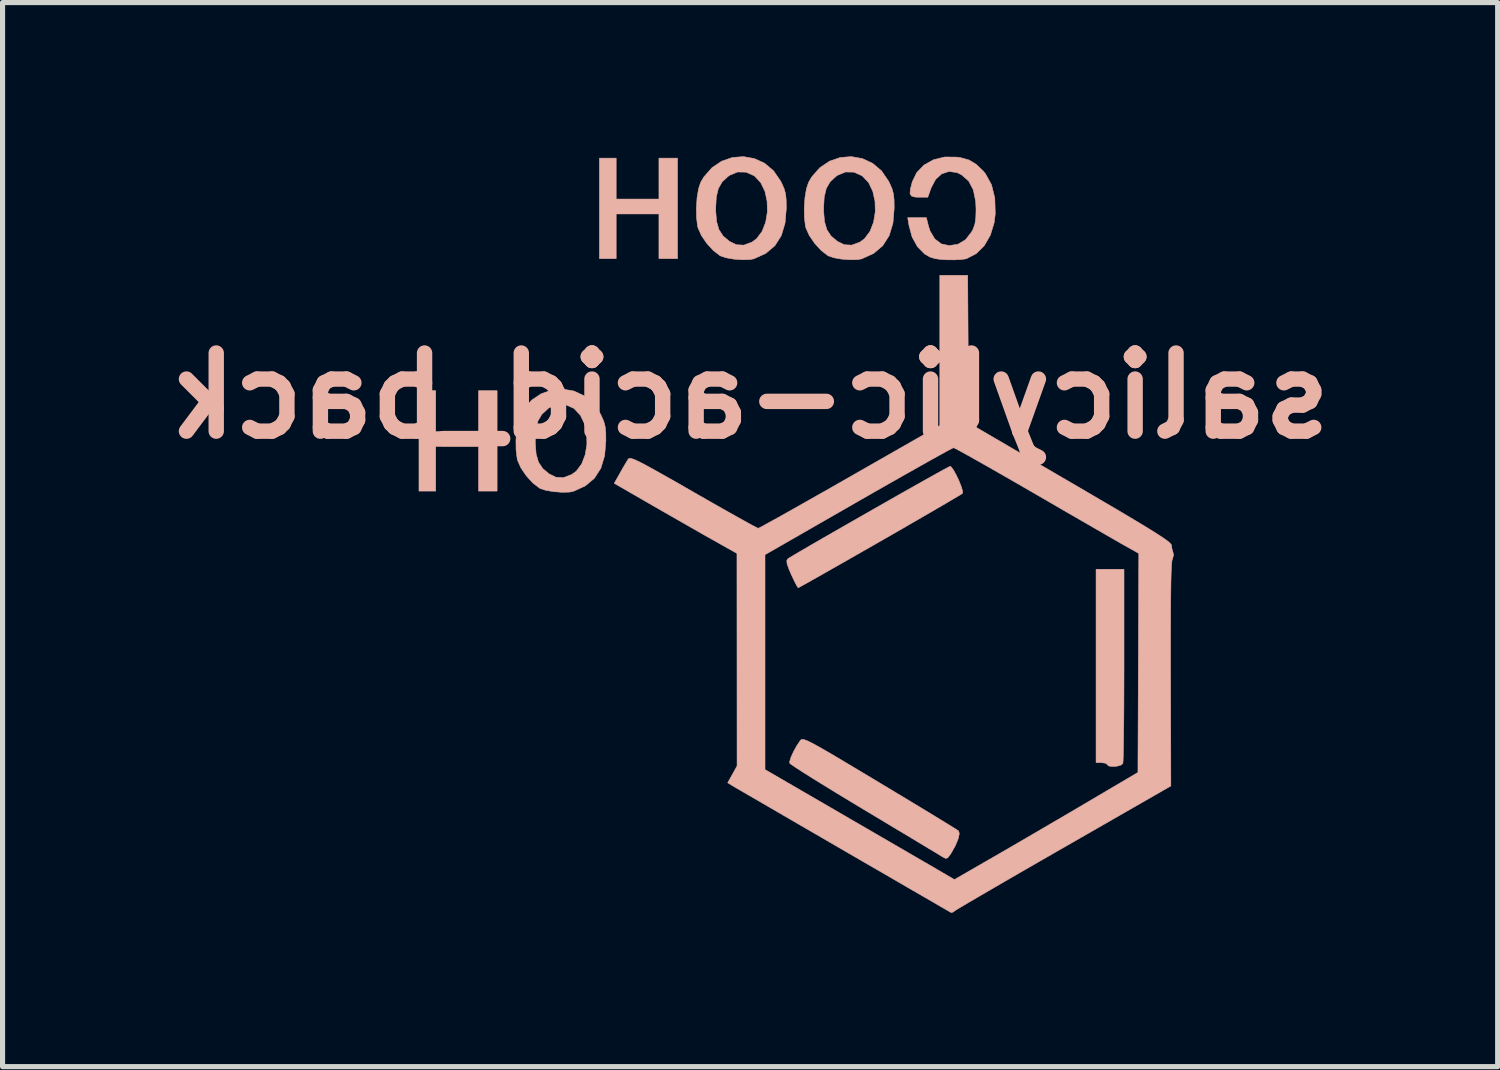
<source format=kicad_pcb>
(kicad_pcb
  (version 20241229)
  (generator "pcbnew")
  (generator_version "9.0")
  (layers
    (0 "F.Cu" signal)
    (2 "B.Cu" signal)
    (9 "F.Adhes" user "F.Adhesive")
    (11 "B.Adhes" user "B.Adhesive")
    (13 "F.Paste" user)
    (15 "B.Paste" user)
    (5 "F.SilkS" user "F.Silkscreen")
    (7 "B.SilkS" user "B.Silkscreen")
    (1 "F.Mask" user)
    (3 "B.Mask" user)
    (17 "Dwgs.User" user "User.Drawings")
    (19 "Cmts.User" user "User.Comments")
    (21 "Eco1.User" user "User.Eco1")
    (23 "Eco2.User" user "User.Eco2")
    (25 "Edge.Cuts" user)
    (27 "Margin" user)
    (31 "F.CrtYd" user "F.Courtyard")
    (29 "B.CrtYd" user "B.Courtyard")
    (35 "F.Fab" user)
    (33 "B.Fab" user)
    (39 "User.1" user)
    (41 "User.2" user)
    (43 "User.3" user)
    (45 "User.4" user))
  (footprint "salicylic-acid_back"
    (layer "F.Cu")
    (at 14.717 8.821)
    (property "Reference" "salicylic-acid_back" (at -3.135 -4.15 180) (layer "B.SilkS") (effects (font (size 1.524 1.524) (thickness 0.3)) (justify mirror)))
    (attr through_hole)
    (fp_poly (pts (xy -8.432 -3.452) (xy -9.267 -3.452) (xy -9.267 -4.25) (xy -9.594 -4.25) (xy -9.594 -2.291) (xy -9.267 -2.291) (xy -9.267 -3.162) (xy -8.432 -3.162) (xy -8.432 -2.291) (xy -8.07 -2.291) (xy -8.07 -4.25) (xy -8.432 -4.25) (xy -8.432 -3.452)) (stroke (width 0.01) (type solid)) (fill yes) (layer "B.SilkS"))
    (fp_poly (pts (xy -4.913 -7.988) (xy -5.747 -7.988) (xy -5.747 -8.786) (xy -6.074 -8.786) (xy -6.074 -6.826) (xy -5.747 -6.826) (xy -5.747 -7.697) (xy -4.913 -7.697) (xy -4.913 -6.826) (xy -4.55 -6.826) (xy -4.55 -8.786) (xy -4.913 -8.786) (xy -4.913 -7.988)) (stroke (width 0.01) (type solid)) (fill yes) (layer "B.SilkS"))
    (fp_poly (pts (xy 3.614 3.007) (xy 3.723 3.007) (xy 3.8 3.017) (xy 3.832 3.043) (xy 3.832 3.043) (xy 3.862 3.072) (xy 3.935 3.081) (xy 4.024 3.075) (xy 4.1 3.053) (xy 4.137 3.022) (xy 4.141 2.976) (xy 4.145 2.864) (xy 4.149 2.693) (xy 4.152 2.471) (xy 4.155 2.205) (xy 4.157 1.901) (xy 4.158 1.568) (xy 4.159 1.211) (xy 4.159 1.099) (xy 4.159 -0.767) (xy 3.614 -0.767) (xy 3.614 3.007)) (stroke (width 0.01) (type solid)) (fill yes) (layer "B.SilkS"))
    (fp_poly (pts (xy -2.13 2.554) (xy -2.148 2.565) (xy -2.155 2.574) (xy -2.223 2.675) (xy -2.288 2.792) (xy -2.338 2.903) (xy -2.363 2.987) (xy -2.363 3.016) (xy -2.329 3.044) (xy -2.239 3.105) (xy -2.099 3.195) (xy -1.915 3.311) (xy -1.694 3.448) (xy -1.441 3.603) (xy -1.164 3.771) (xy -0.898 3.931) (xy -0.601 4.109) (xy -0.322 4.277) (xy -0.065 4.43) (xy 0.16 4.566) (xy 0.349 4.68) (xy 0.495 4.767) (xy 0.59 4.825) (xy 0.628 4.848) (xy 0.68 4.875) (xy 0.719 4.863) (xy 0.766 4.804) (xy 0.794 4.761) (xy 0.872 4.62) (xy 0.924 4.492) (xy 0.946 4.393) (xy 0.934 4.34) (xy 0.898 4.315) (xy 0.805 4.257) (xy 0.662 4.169) (xy 0.476 4.055) (xy 0.252 3.919) (xy -0.004 3.764) (xy -0.285 3.595) (xy -0.584 3.415) (xy -0.599 3.406) (xy -0.944 3.199) (xy -1.232 3.027) (xy -1.468 2.886) (xy -1.658 2.775) (xy -1.807 2.69) (xy -1.922 2.628) (xy -2.005 2.586) (xy -2.065 2.562) (xy -2.105 2.552) (xy -2.13 2.554)) (stroke (width 0.01) (type solid)) (fill yes) (layer "B.SilkS"))
    (fp_poly (pts (xy 0.727 -2.755) (xy 0.633 -2.705) (xy 0.49 -2.626) (xy 0.307 -2.523) (xy 0.091 -2.402) (xy -0.152 -2.265) (xy -0.412 -2.117) (xy -0.684 -1.962) (xy -0.959 -1.805) (xy -1.23 -1.65) (xy -1.49 -1.501) (xy -1.732 -1.362) (xy -1.948 -1.237) (xy -2.13 -1.131) (xy -2.271 -1.048) (xy -2.364 -0.992) (xy -2.401 -0.968) (xy -2.419 -0.933) (xy -2.413 -0.872) (xy -2.378 -0.772) (xy -2.332 -0.665) (xy -2.275 -0.543) (xy -2.228 -0.452) (xy -2.199 -0.408) (xy -2.195 -0.406) (xy -2.16 -0.424) (xy -2.068 -0.475) (xy -1.926 -0.555) (xy -1.739 -0.66) (xy -1.513 -0.789) (xy -1.254 -0.936) (xy -0.969 -1.099) (xy -0.664 -1.273) (xy -0.599 -1.311) (xy -0.289 -1.488) (xy 0.001 -1.656) (xy 0.267 -1.81) (xy 0.502 -1.946) (xy 0.699 -2.061) (xy 0.853 -2.152) (xy 0.958 -2.214) (xy 1.006 -2.245) (xy 1.009 -2.247) (xy 1.01 -2.293) (xy 0.984 -2.381) (xy 0.94 -2.492) (xy 0.886 -2.606) (xy 0.832 -2.703) (xy 0.787 -2.764) (xy 0.766 -2.774) (xy 0.727 -2.755)) (stroke (width 0.01) (type solid)) (fill yes) (layer "B.SilkS"))
    (fp_poly (pts (xy 0.443 -8.755) (xy 0.257 -8.651) (xy 0.115 -8.503) (xy 0.03 -8.327) (xy -0.008 -8.182) (xy -0.015 -8.092) (xy 0.016 -8.045) (xy 0.089 -8.026) (xy 0.159 -8.024) (xy 0.332 -8.024) (xy 0.397 -8.207) (xy 0.485 -8.373) (xy 0.604 -8.481) (xy 0.745 -8.526) (xy 0.9 -8.505) (xy 0.991 -8.461) (xy 1.129 -8.339) (xy 1.22 -8.167) (xy 1.266 -7.941) (xy 1.273 -7.788) (xy 1.268 -7.622) (xy 1.251 -7.503) (xy 1.217 -7.405) (xy 1.188 -7.349) (xy 1.069 -7.196) (xy 0.921 -7.107) (xy 0.749 -7.08) (xy 0.594 -7.114) (xy 0.467 -7.211) (xy 0.376 -7.365) (xy 0.346 -7.457) (xy 0.304 -7.625) (xy -0.06 -7.625) (xy -0.035 -7.471) (xy 0.026 -7.247) (xy 0.13 -7.058) (xy 0.267 -6.919) (xy 0.283 -6.909) (xy 0.376 -6.856) (xy 0.476 -6.825) (xy 0.608 -6.808) (xy 0.704 -6.803) (xy 0.855 -6.802) (xy 0.989 -6.809) (xy 1.08 -6.823) (xy 1.086 -6.825) (xy 1.276 -6.923) (xy 1.433 -7.078) (xy 1.552 -7.283) (xy 1.626 -7.526) (xy 1.648 -7.699) (xy 1.639 -8.007) (xy 1.574 -8.269) (xy 1.454 -8.485) (xy 1.411 -8.536) (xy 1.273 -8.668) (xy 1.135 -8.75) (xy 0.966 -8.797) (xy 0.902 -8.806) (xy 0.662 -8.809) (xy 0.443 -8.755)) (stroke (width 0.01) (type solid)) (fill yes) (layer "B.SilkS"))
    (fp_poly (pts (xy -7.001 -4.263) (xy -7.209 -4.191) (xy -7.398 -4.064) (xy -7.557 -3.883) (xy -7.618 -3.778) (xy -7.66 -3.654) (xy -7.688 -3.482) (xy -7.702 -3.288) (xy -7.7 -3.096) (xy -7.68 -2.932) (xy -7.67 -2.889) (xy -7.606 -2.744) (xy -7.5 -2.589) (xy -7.373 -2.449) (xy -7.245 -2.351) (xy -7.23 -2.342) (xy -7.121 -2.306) (xy -6.97 -2.281) (xy -6.808 -2.268) (xy -6.663 -2.271) (xy -6.582 -2.286) (xy -6.349 -2.393) (xy -6.171 -2.542) (xy -6.046 -2.738) (xy -5.972 -2.983) (xy -5.954 -3.201) (xy -6.318 -3.201) (xy -6.351 -3.001) (xy -6.42 -2.821) (xy -6.526 -2.679) (xy -6.618 -2.613) (xy -6.776 -2.554) (xy -6.921 -2.561) (xy -7.055 -2.627) (xy -7.18 -2.731) (xy -7.263 -2.856) (xy -7.309 -3.016) (xy -7.325 -3.227) (xy -7.326 -3.27) (xy -7.314 -3.491) (xy -7.274 -3.658) (xy -7.198 -3.788) (xy -7.081 -3.896) (xy -7.052 -3.918) (xy -6.898 -3.981) (xy -6.735 -3.977) (xy -6.577 -3.907) (xy -6.567 -3.9) (xy -6.446 -3.772) (xy -6.365 -3.603) (xy -6.322 -3.407) (xy -6.318 -3.201) (xy -5.954 -3.201) (xy -5.948 -3.273) (xy -5.95 -3.437) (xy -5.963 -3.556) (xy -5.991 -3.657) (xy -6.041 -3.769) (xy -6.056 -3.799) (xy -6.196 -4.002) (xy -6.371 -4.15) (xy -6.571 -4.243) (xy -6.784 -4.28) (xy -7.001 -4.263)) (stroke (width 0.01) (type solid)) (fill yes) (layer "B.SilkS"))
    (fp_poly (pts (xy -3.481 -8.799) (xy -3.689 -8.727) (xy -3.878 -8.6) (xy -4.037 -8.419) (xy -4.099 -8.314) (xy -4.14 -8.189) (xy -4.169 -8.017) (xy -4.182 -7.823) (xy -4.18 -7.632) (xy -4.161 -7.467) (xy -4.15 -7.424) (xy -4.086 -7.279) (xy -3.98 -7.124) (xy -3.853 -6.985) (xy -3.725 -6.886) (xy -3.71 -6.878) (xy -3.601 -6.842) (xy -3.45 -6.816) (xy -3.288 -6.804) (xy -3.143 -6.807) (xy -3.062 -6.822) (xy -2.829 -6.928) (xy -2.651 -7.078) (xy -2.526 -7.274) (xy -2.453 -7.519) (xy -2.434 -7.737) (xy -2.798 -7.737) (xy -2.831 -7.536) (xy -2.901 -7.357) (xy -3.007 -7.215) (xy -3.098 -7.148) (xy -3.257 -7.089) (xy -3.401 -7.097) (xy -3.536 -7.162) (xy -3.661 -7.267) (xy -3.743 -7.392) (xy -3.789 -7.552) (xy -3.806 -7.763) (xy -3.806 -7.806) (xy -3.794 -8.027) (xy -3.754 -8.194) (xy -3.679 -8.324) (xy -3.562 -8.432) (xy -3.532 -8.453) (xy -3.379 -8.516) (xy -3.215 -8.513) (xy -3.057 -8.443) (xy -3.047 -8.436) (xy -2.927 -8.308) (xy -2.845 -8.138) (xy -2.803 -7.943) (xy -2.798 -7.737) (xy -2.434 -7.737) (xy -2.428 -7.809) (xy -2.431 -7.973) (xy -2.443 -8.091) (xy -2.472 -8.193) (xy -2.521 -8.304) (xy -2.537 -8.335) (xy -2.676 -8.538) (xy -2.851 -8.686) (xy -3.051 -8.778) (xy -3.264 -8.816) (xy -3.481 -8.799)) (stroke (width 0.01) (type solid)) (fill yes) (layer "B.SilkS"))
    (fp_poly (pts (xy -1.376 -8.799) (xy -1.585 -8.727) (xy -1.774 -8.6) (xy -1.933 -8.419) (xy -1.994 -8.314) (xy -2.036 -8.189) (xy -2.064 -8.017) (xy -2.078 -7.823) (xy -2.076 -7.632) (xy -2.056 -7.467) (xy -2.046 -7.424) (xy -1.981 -7.279) (xy -1.875 -7.124) (xy -1.748 -6.985) (xy -1.62 -6.886) (xy -1.605 -6.878) (xy -1.496 -6.842) (xy -1.346 -6.816) (xy -1.183 -6.804) (xy -1.039 -6.807) (xy -0.957 -6.822) (xy -0.724 -6.928) (xy -0.547 -7.078) (xy -0.422 -7.274) (xy -0.348 -7.519) (xy -0.33 -7.737) (xy -0.693 -7.737) (xy -0.726 -7.536) (xy -0.796 -7.357) (xy -0.902 -7.215) (xy -0.993 -7.148) (xy -1.152 -7.089) (xy -1.297 -7.097) (xy -1.431 -7.162) (xy -1.556 -7.267) (xy -1.638 -7.392) (xy -1.684 -7.552) (xy -1.701 -7.763) (xy -1.701 -7.806) (xy -1.689 -8.027) (xy -1.649 -8.194) (xy -1.574 -8.324) (xy -1.457 -8.432) (xy -1.427 -8.453) (xy -1.274 -8.516) (xy -1.11 -8.513) (xy -0.953 -8.443) (xy -0.943 -8.436) (xy -0.822 -8.308) (xy -0.741 -8.138) (xy -0.698 -7.943) (xy -0.693 -7.737) (xy -0.33 -7.737) (xy -0.324 -7.809) (xy -0.326 -7.973) (xy -0.339 -8.091) (xy -0.367 -8.193) (xy -0.417 -8.304) (xy -0.432 -8.335) (xy -0.571 -8.538) (xy -0.746 -8.686) (xy -0.946 -8.778) (xy -1.16 -8.816) (xy -1.376 -8.799)) (stroke (width 0.01) (type solid)) (fill yes) (layer "B.SilkS"))
    (fp_poly (pts (xy 0.566 -3.571) (xy -1.189 -2.568) (xy -1.516 -2.381) (xy -1.825 -2.206) (xy -2.109 -2.045) (xy -2.362 -1.902) (xy -2.58 -1.78) (xy -2.756 -1.683) (xy -2.884 -1.612) (xy -2.959 -1.573) (xy -2.977 -1.565) (xy -3.014 -1.583) (xy -3.108 -1.632) (xy -3.25 -1.711) (xy -3.435 -1.814) (xy -3.654 -1.937) (xy -3.902 -2.078) (xy -4.17 -2.231) (xy -4.24 -2.271) (xy -4.552 -2.451) (xy -4.809 -2.596) (xy -5.014 -2.711) (xy -5.174 -2.799) (xy -5.294 -2.861) (xy -5.382 -2.902) (xy -5.442 -2.924) (xy -5.48 -2.931) (xy -5.503 -2.925) (xy -5.512 -2.915) (xy -5.551 -2.852) (xy -5.612 -2.749) (xy -5.669 -2.648) (xy -5.785 -2.443) (xy -5.031 -2.008) (xy -4.787 -1.868) (xy -4.532 -1.722) (xy -4.285 -1.581) (xy -4.062 -1.453) (xy -3.879 -1.35) (xy -3.834 -1.325) (xy -3.391 -1.075) (xy -3.39 0.998) (xy -3.389 3.07) (xy -3.48 3.235) (xy -3.572 3.399) (xy -3.453 3.471) (xy -3.41 3.497) (xy -3.31 3.555) (xy -3.16 3.642) (xy -2.966 3.754) (xy -2.736 3.888) (xy -2.474 4.04) (xy -2.189 4.206) (xy -1.885 4.382) (xy -1.57 4.565) (xy -1.25 4.751) (xy -0.931 4.936) (xy -0.619 5.116) (xy -0.322 5.288) (xy -0.046 5.449) (xy 0.204 5.593) (xy 0.42 5.718) (xy 0.596 5.821) (xy 0.727 5.896) (xy 0.787 5.931) (xy 0.828 5.92) (xy 0.85 5.902) (xy 0.888 5.877) (xy 0.984 5.819) (xy 1.131 5.732) (xy 1.326 5.618) (xy 1.563 5.48) (xy 1.836 5.321) (xy 2.14 5.145) (xy 2.47 4.955) (xy 2.821 4.753) (xy 2.982 4.661) (xy 5.073 3.461) (xy 5.068 1.271) (xy 5.067 0.779) (xy 5.068 0.355) (xy 5.069 -0.002) (xy 5.072 -0.298) (xy 5.075 -0.535) (xy 5.08 -0.717) (xy 5.087 -0.847) (xy 5.094 -0.93) (xy 5.104 -0.968) (xy 5.105 -0.969) (xy 5.127 -1.046) (xy 5.12 -1.075) (xy 4.448 -1.075) (xy 4.439 1.061) (xy 4.431 3.197) (xy 3.415 3.796) (xy 3.12 3.97) (xy 2.802 4.156) (xy 2.477 4.346) (xy 2.162 4.53) (xy 1.876 4.696) (xy 1.634 4.836) (xy 1.625 4.841) (xy 0.851 5.287) (xy 0.464 5.061) (xy 0.351 4.995) (xy 0.183 4.898) (xy -0.03 4.774) (xy -0.28 4.629) (xy -0.559 4.467) (xy -0.857 4.294) (xy -1.168 4.114) (xy -1.384 3.988) (xy -2.844 3.141) (xy -2.844 -1.05) (xy -1.025 -2.094) (xy -0.692 -2.285) (xy -0.377 -2.464) (xy -0.086 -2.629) (xy 0.175 -2.776) (xy 0.4 -2.903) (xy 0.585 -3.005) (xy 0.723 -3.081) (xy 0.808 -3.126) (xy 0.834 -3.137) (xy 0.873 -3.12) (xy 0.968 -3.069) (xy 1.113 -2.989) (xy 1.303 -2.882) (xy 1.53 -2.754) (xy 1.788 -2.606) (xy 2.072 -2.443) (xy 2.375 -2.268) (xy 2.399 -2.254) (xy 2.713 -2.072) (xy 3.016 -1.896) (xy 3.301 -1.732) (xy 3.56 -1.582) (xy 3.785 -1.452) (xy 3.971 -1.345) (xy 4.107 -1.267) (xy 4.185 -1.223) (xy 4.448 -1.075) (xy 5.12 -1.075) (xy 5.118 -1.084) (xy 5.093 -1.174) (xy 5.087 -1.23) (xy 5.078 -1.251) (xy 5.052 -1.281) (xy 5.003 -1.322) (xy 4.927 -1.376) (xy 4.82 -1.446) (xy 4.678 -1.536) (xy 4.496 -1.647) (xy 4.271 -1.782) (xy 3.997 -1.945) (xy 3.67 -2.136) (xy 3.287 -2.361) (xy 3.106 -2.466) (xy 1.129 -3.62) (xy 1.119 -5.06) (xy 1.11 -6.5) (xy 0.566 -6.5) (xy 0.566 -3.571)) (stroke (width 0.01) (type solid)) (fill yes) (layer "B.SilkS")))
  (gr_rect
    (start -3 -3)
    (end 26.165 17.757)
    (stroke (width 0.1) (type default))
    (fill no)
    (layer "Edge.Cuts")))
</source>
